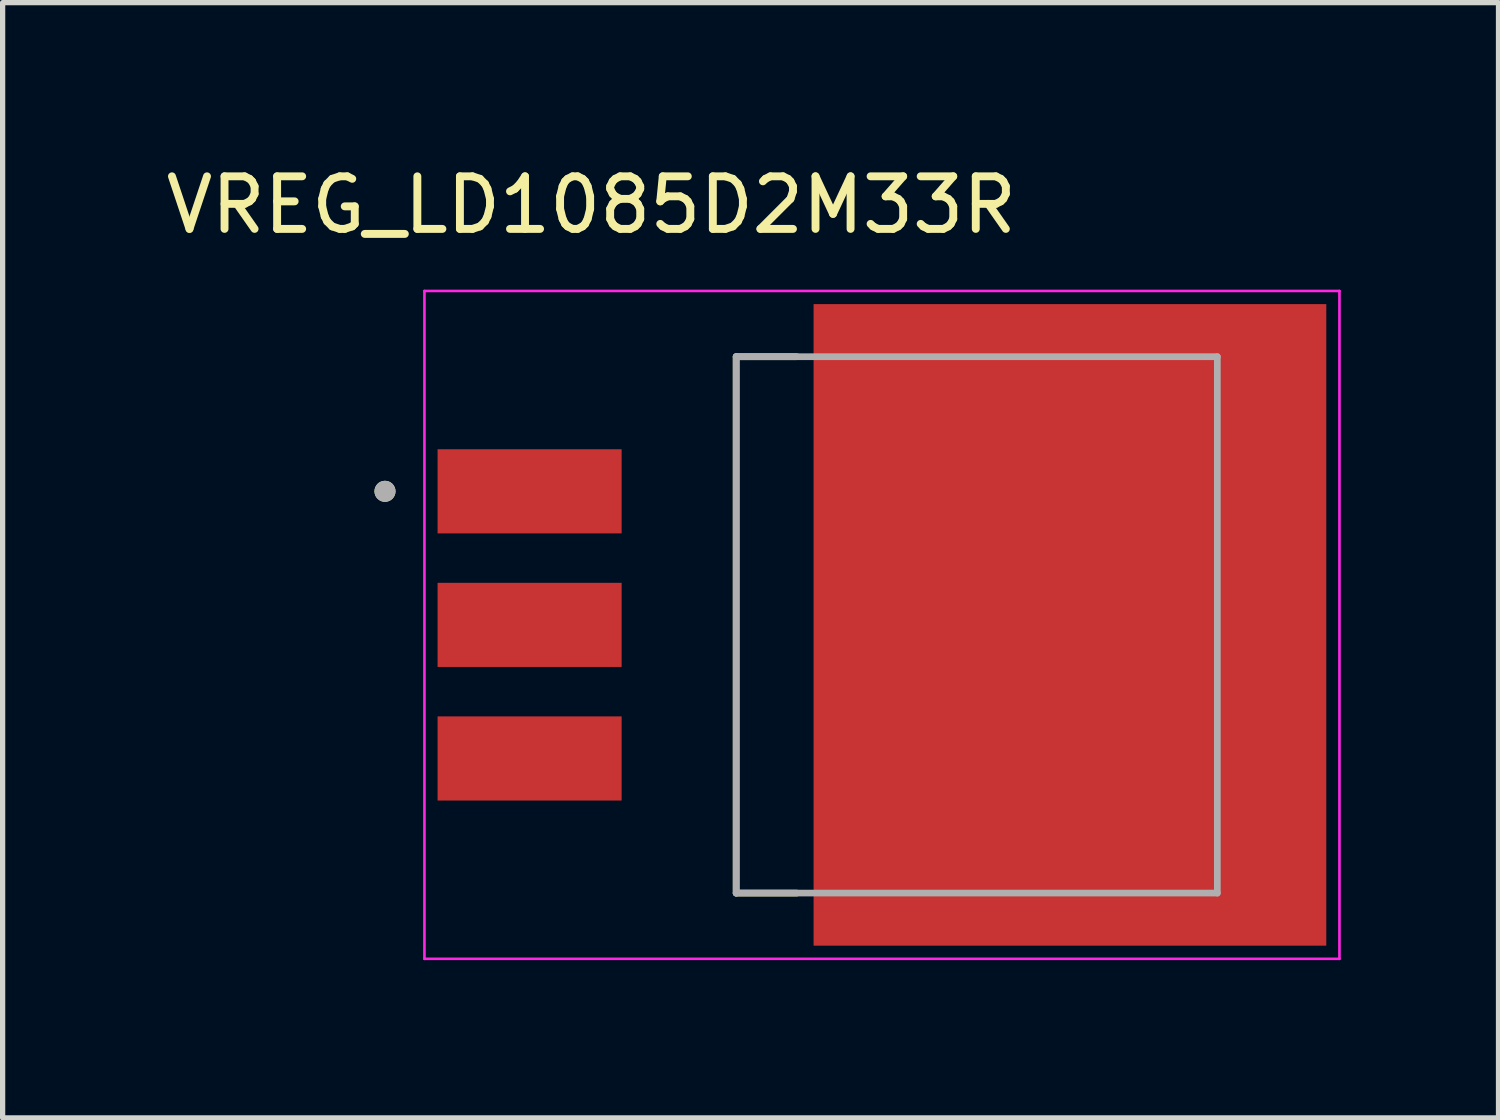
<source format=kicad_pcb>
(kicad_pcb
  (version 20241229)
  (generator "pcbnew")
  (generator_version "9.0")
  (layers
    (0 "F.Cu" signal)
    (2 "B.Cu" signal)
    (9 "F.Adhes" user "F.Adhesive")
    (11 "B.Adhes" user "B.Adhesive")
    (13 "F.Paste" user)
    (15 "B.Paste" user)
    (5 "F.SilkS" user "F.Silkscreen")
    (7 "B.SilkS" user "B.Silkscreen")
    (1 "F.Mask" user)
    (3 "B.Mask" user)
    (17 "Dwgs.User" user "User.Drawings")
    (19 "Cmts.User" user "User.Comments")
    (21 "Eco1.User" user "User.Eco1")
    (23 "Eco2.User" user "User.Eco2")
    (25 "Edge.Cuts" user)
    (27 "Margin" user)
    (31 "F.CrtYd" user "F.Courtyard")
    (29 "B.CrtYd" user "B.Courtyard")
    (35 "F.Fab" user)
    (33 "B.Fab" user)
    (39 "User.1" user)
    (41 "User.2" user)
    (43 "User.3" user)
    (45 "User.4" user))
  (footprint "VREG_LD1085D2M33R"
    (layer "F.Cu")
    (at 13.721 8.833)
    (property "Reference" "VREG_LD1085D2M33R" (at -5.525 -7.985 0) (layer "F.SilkS") (effects (font (size 1 1) (thickness 0.15))))
    (attr smd)
    (fp_line (start -2.772 -5.1) (end -1.62 -5.1) (stroke (width 0.127) (type solid)) (layer "F.SilkS"))
    (fp_line (start -2.772 5.1) (end -2.772 -5.1) (stroke (width 0.127) (type solid)) (layer "F.SilkS"))
    (fp_line (start -1.62 5.1) (end -2.772 5.1) (stroke (width 0.127) (type solid)) (layer "F.SilkS"))
    (fp_circle (center -9.45 -2.54) (end -9.35 -2.54) (stroke (width 0.2) (type solid)) (fill no) (layer "F.SilkS"))
    (fp_poly (pts (xy -0.81 -5.76) (xy 0.64 -5.76) (xy 0.64 -4.39) (xy -0.81 -4.39)) (stroke (width 0.01) (type solid)) (fill yes) (layer "F.Paste"))
    (fp_poly (pts (xy -0.81 -3.73) (xy 0.64 -3.73) (xy 0.64 -2.36) (xy -0.81 -2.36)) (stroke (width 0.01) (type solid)) (fill yes) (layer "F.Paste"))
    (fp_poly (pts (xy -0.81 -1.7) (xy 0.64 -1.7) (xy 0.64 -0.33) (xy -0.81 -0.33)) (stroke (width 0.01) (type solid)) (fill yes) (layer "F.Paste"))
    (fp_poly (pts (xy -0.81 0.33) (xy 0.64 0.33) (xy 0.64 1.7) (xy -0.81 1.7)) (stroke (width 0.01) (type solid)) (fill yes) (layer "F.Paste"))
    (fp_poly (pts (xy -0.81 2.36) (xy 0.64 2.36) (xy 0.64 3.73) (xy -0.81 3.73)) (stroke (width 0.01) (type solid)) (fill yes) (layer "F.Paste"))
    (fp_poly (pts (xy -0.81 4.39) (xy 0.64 4.39) (xy 0.64 5.76) (xy -0.81 5.76)) (stroke (width 0.01) (type solid)) (fill yes) (layer "F.Paste"))
    (fp_poly (pts (xy 1.63 -5.76) (xy 3.08 -5.76) (xy 3.08 -4.39) (xy 1.63 -4.39)) (stroke (width 0.01) (type solid)) (fill yes) (layer "F.Paste"))
    (fp_poly (pts (xy 1.63 -3.73) (xy 3.08 -3.73) (xy 3.08 -2.36) (xy 1.63 -2.36)) (stroke (width 0.01) (type solid)) (fill yes) (layer "F.Paste"))
    (fp_poly (pts (xy 1.63 -1.7) (xy 3.08 -1.7) (xy 3.08 -0.33) (xy 1.63 -0.33)) (stroke (width 0.01) (type solid)) (fill yes) (layer "F.Paste"))
    (fp_poly (pts (xy 1.63 0.33) (xy 3.08 0.33) (xy 3.08 1.7) (xy 1.63 1.7)) (stroke (width 0.01) (type solid)) (fill yes) (layer "F.Paste"))
    (fp_poly (pts (xy 1.63 2.36) (xy 3.08 2.36) (xy 3.08 3.73) (xy 1.63 3.73)) (stroke (width 0.01) (type solid)) (fill yes) (layer "F.Paste"))
    (fp_poly (pts (xy 1.63 4.39) (xy 3.08 4.39) (xy 3.08 5.76) (xy 1.63 5.76)) (stroke (width 0.01) (type solid)) (fill yes) (layer "F.Paste"))
    (fp_poly (pts (xy 4.07 -5.76) (xy 5.52 -5.76) (xy 5.52 -4.39) (xy 4.07 -4.39)) (stroke (width 0.01) (type solid)) (fill yes) (layer "F.Paste"))
    (fp_poly (pts (xy 4.07 -3.73) (xy 5.52 -3.73) (xy 5.52 -2.36) (xy 4.07 -2.36)) (stroke (width 0.01) (type solid)) (fill yes) (layer "F.Paste"))
    (fp_poly (pts (xy 4.07 -1.7) (xy 5.52 -1.7) (xy 5.52 -0.33) (xy 4.07 -0.33)) (stroke (width 0.01) (type solid)) (fill yes) (layer "F.Paste"))
    (fp_poly (pts (xy 4.07 0.33) (xy 5.52 0.33) (xy 5.52 1.7) (xy 4.07 1.7)) (stroke (width 0.01) (type solid)) (fill yes) (layer "F.Paste"))
    (fp_poly (pts (xy 4.07 2.36) (xy 5.52 2.36) (xy 5.52 3.73) (xy 4.07 3.73)) (stroke (width 0.01) (type solid)) (fill yes) (layer "F.Paste"))
    (fp_poly (pts (xy 4.07 4.39) (xy 5.52 4.39) (xy 5.52 5.76) (xy 4.07 5.76)) (stroke (width 0.01) (type solid)) (fill yes) (layer "F.Paste"))
    (fp_poly (pts (xy 6.51 -5.76) (xy 7.96 -5.76) (xy 7.96 -4.39) (xy 6.51 -4.39)) (stroke (width 0.01) (type solid)) (fill yes) (layer "F.Paste"))
    (fp_poly (pts (xy 6.51 -3.73) (xy 7.96 -3.73) (xy 7.96 -2.36) (xy 6.51 -2.36)) (stroke (width 0.01) (type solid)) (fill yes) (layer "F.Paste"))
    (fp_poly (pts (xy 6.51 -1.7) (xy 7.96 -1.7) (xy 7.96 -0.33) (xy 6.51 -0.33)) (stroke (width 0.01) (type solid)) (fill yes) (layer "F.Paste"))
    (fp_poly (pts (xy 6.51 0.33) (xy 7.96 0.33) (xy 7.96 1.7) (xy 6.51 1.7)) (stroke (width 0.01) (type solid)) (fill yes) (layer "F.Paste"))
    (fp_poly (pts (xy 6.51 2.36) (xy 7.96 2.36) (xy 7.96 3.73) (xy 6.51 3.73)) (stroke (width 0.01) (type solid)) (fill yes) (layer "F.Paste"))
    (fp_poly (pts (xy 6.51 4.39) (xy 7.96 4.39) (xy 7.96 5.76) (xy 6.51 5.76)) (stroke (width 0.01) (type solid)) (fill yes) (layer "F.Paste"))
    (fp_line (start -8.7 -6.35) (end -8.7 6.35) (stroke (width 0.05) (type solid)) (layer "F.CrtYd"))
    (fp_line (start -8.7 6.35) (end 8.7 6.35) (stroke (width 0.05) (type solid)) (layer "F.CrtYd"))
    (fp_line (start 8.7 -6.35) (end -8.7 -6.35) (stroke (width 0.05) (type solid)) (layer "F.CrtYd"))
    (fp_line (start 8.7 6.35) (end 8.7 -6.35) (stroke (width 0.05) (type solid)) (layer "F.CrtYd"))
    (fp_line (start -2.772 -5.1) (end 6.378 -5.1) (stroke (width 0.127) (type solid)) (layer "F.Fab"))
    (fp_line (start -2.772 5.1) (end -2.772 -5.1) (stroke (width 0.127) (type solid)) (layer "F.Fab"))
    (fp_line (start 6.378 -5.1) (end 6.378 5.1) (stroke (width 0.127) (type solid)) (layer "F.Fab"))
    (fp_line (start 6.378 5.1) (end -2.772 5.1) (stroke (width 0.127) (type solid)) (layer "F.Fab"))
    (fp_circle (center -9.45 -2.54) (end -9.35 -2.54) (stroke (width 0.2) (type solid)) (fill no) (layer "F.Fab"))
    (pad "1" smd rect (at -6.7 -2.54) (size 3.5 1.6) (layers "F.Cu" "F.Mask" "F.Paste"))
    (pad "2" smd rect (at -6.7 0) (size 3.5 1.6) (layers "F.Cu" "F.Mask" "F.Paste"))
    (pad "3" smd rect (at -6.7 2.54) (size 3.5 1.6) (layers "F.Cu" "F.Mask" "F.Paste"))
    (pad "4" smd rect (at 3.575 0) (size 9.75 12.2) (layers "F.Cu" "F.Mask")))
  (gr_rect
    (start -3 -3)
    (end 25.446 18.208)
    (stroke (width 0.1) (type default))
    (fill no)
    (layer "Edge.Cuts")))
</source>
